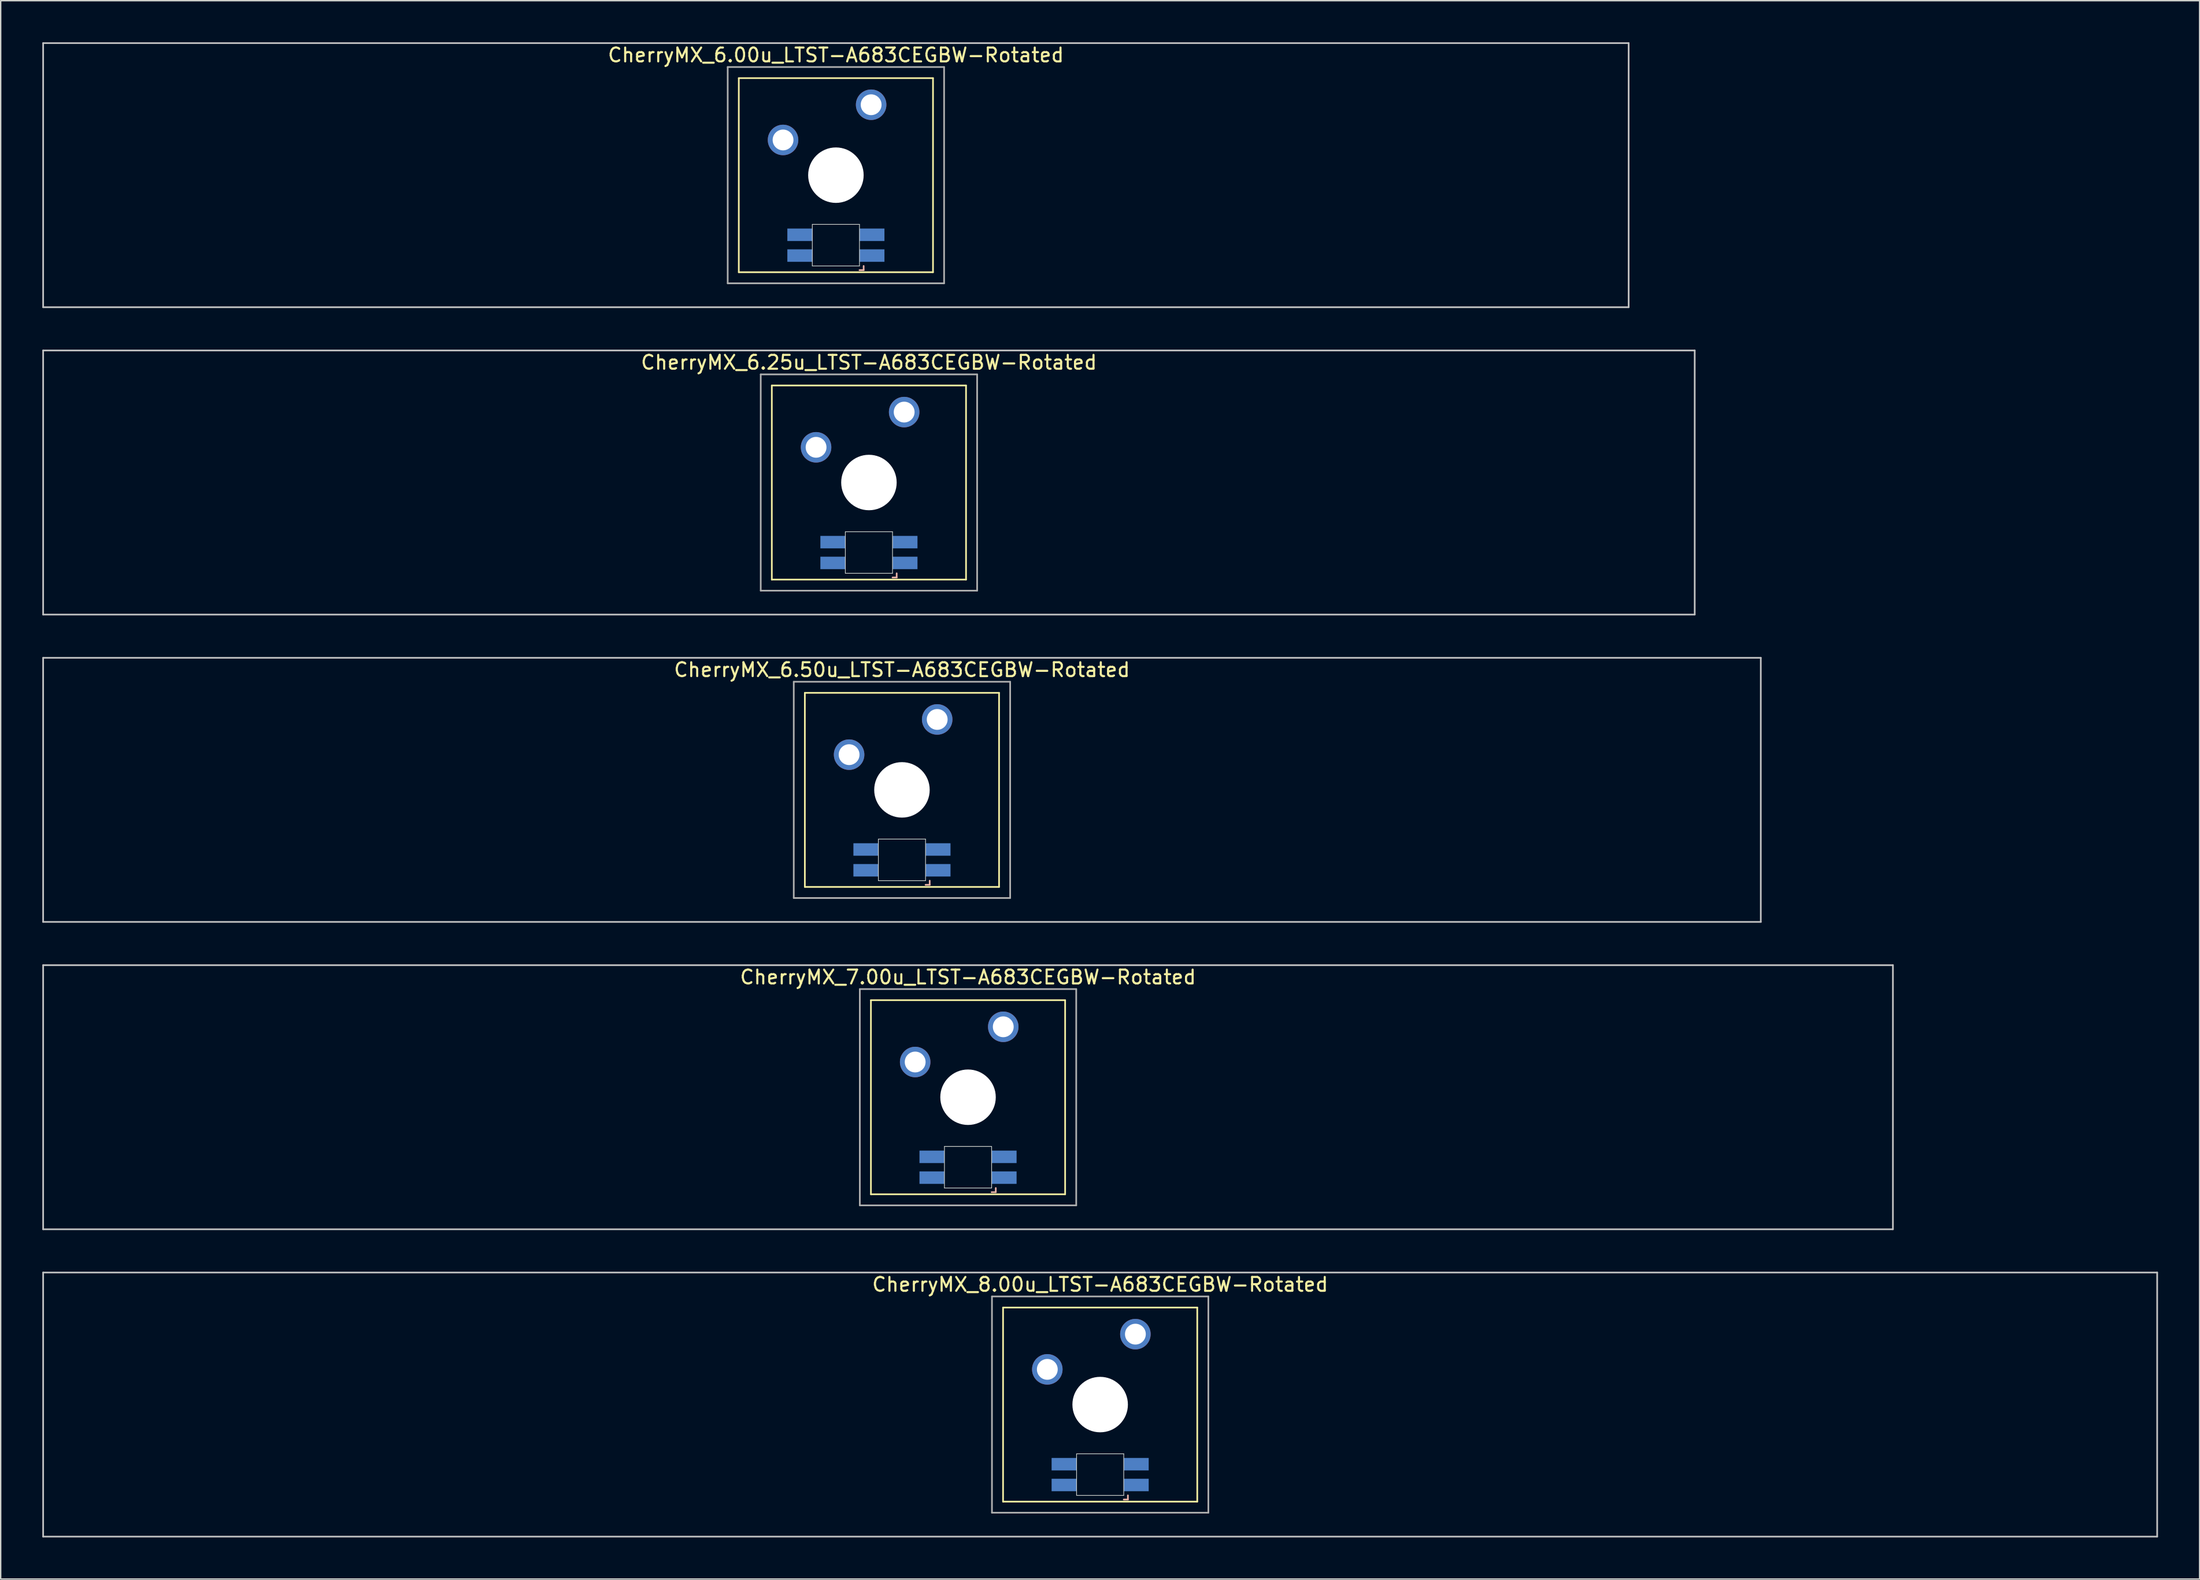
<source format=kicad_pcb>
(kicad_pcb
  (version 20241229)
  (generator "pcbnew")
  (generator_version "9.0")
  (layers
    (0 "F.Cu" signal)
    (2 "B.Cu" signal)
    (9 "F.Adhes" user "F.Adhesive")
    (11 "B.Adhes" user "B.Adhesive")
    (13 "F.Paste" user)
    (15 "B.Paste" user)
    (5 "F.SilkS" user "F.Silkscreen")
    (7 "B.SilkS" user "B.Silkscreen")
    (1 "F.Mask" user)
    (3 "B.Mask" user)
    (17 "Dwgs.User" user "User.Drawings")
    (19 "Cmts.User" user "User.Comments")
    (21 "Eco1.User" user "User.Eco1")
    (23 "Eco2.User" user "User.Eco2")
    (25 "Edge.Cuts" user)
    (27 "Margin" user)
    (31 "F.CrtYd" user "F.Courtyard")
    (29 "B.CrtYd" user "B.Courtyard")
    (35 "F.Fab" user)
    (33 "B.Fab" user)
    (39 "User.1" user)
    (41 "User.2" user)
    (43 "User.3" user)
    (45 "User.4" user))
  (footprint "CherryMX_7.00u_LTST-A683CEGBW-Rotated"
    (layer "F.Cu")
    (at 66.735 76.095)
    (property "Reference" "CherryMX_7.00u_LTST-A683CEGBW-Rotated" (at 0 -8.662 0) (layer "F.SilkS") (effects (font (size 1 1) (thickness 0.15))))
    (attr through_hole)
    (fp_line (start -7 -7) (end -7 7) (stroke (width 0.12) (type solid)) (layer "F.SilkS"))
    (fp_line (start -7 -7) (end 7 -7) (stroke (width 0.12) (type solid)) (layer "F.SilkS"))
    (fp_line (start 7 -7) (end 7 7) (stroke (width 0.12) (type solid)) (layer "F.SilkS"))
    (fp_line (start 7 7) (end -7 7) (stroke (width 0.12) (type solid)) (layer "F.SilkS"))
    (fp_line (start 1.7 6.85) (end 2 6.85) (stroke (width 0.12) (type solid)) (layer "B.SilkS"))
    (fp_line (start 2 6.85) (end 2 6.55) (stroke (width 0.12) (type solid)) (layer "B.SilkS"))
    (fp_line (start -66.675 -9.525) (end 66.675 -9.525) (stroke (width 0.12) (type solid)) (layer "Dwgs.User"))
    (fp_line (start -66.675 9.525) (end -66.675 -9.525) (stroke (width 0.12) (type solid)) (layer "Dwgs.User"))
    (fp_line (start 66.675 -9.525) (end 66.675 9.525) (stroke (width 0.12) (type solid)) (layer "Dwgs.User"))
    (fp_line (start 66.675 9.525) (end -66.675 9.525) (stroke (width 0.12) (type solid)) (layer "Dwgs.User"))
    (fp_line (start -1.7 3.55) (end 1.7 3.55) (stroke (width 0.05) (type solid)) (layer "Edge.Cuts"))
    (fp_line (start -1.7 6.55) (end -1.7 3.55) (stroke (width 0.05) (type solid)) (layer "Edge.Cuts"))
    (fp_line (start 1.7 3.55) (end 1.7 6.55) (stroke (width 0.05) (type solid)) (layer "Edge.Cuts"))
    (fp_line (start 1.7 6.55) (end -1.7 6.55) (stroke (width 0.05) (type solid)) (layer "Edge.Cuts"))
    (fp_line (start -7.8 -7.8) (end -7.8 7.8) (stroke (width 0.12) (type solid)) (layer "F.Fab"))
    (fp_line (start -7.8 -7.8) (end 7.8 -7.8) (stroke (width 0.12) (type solid)) (layer "F.Fab"))
    (fp_line (start -7.8 7.8) (end 7.8 7.8) (stroke (width 0.12) (type solid)) (layer "F.Fab"))
    (fp_line (start 7.8 -7.8) (end 7.8 7.8) (stroke (width 0.12) (type solid)) (layer "F.Fab"))
    (pad "" np_thru_hole circle (at 0 0) (size 4 4) (drill 4) (layers "*.Cu" "*.Mask"))
    (pad "1" thru_hole circle (at -3.81 -2.54) (size 2.2 2.2) (drill 1.5) (layers "*.Cu" "*.Mask"))
    (pad "2" thru_hole circle (at 2.54 -5.08) (size 2.2 2.2) (drill 1.5) (layers "*.Cu" "*.Mask"))
    (pad "3" smd rect (at 2.6 5.8) (size 1.8 0.9) (layers "B.Cu" "B.Mask" "B.Paste"))
    (pad "4" smd rect (at 2.6 4.3) (size 1.8 0.9) (layers "B.Cu" "B.Mask" "B.Paste"))
    (pad "5" smd rect (at -2.6 5.8) (size 1.8 0.9) (layers "B.Cu" "B.Mask" "B.Paste"))
    (pad "6" smd rect (at -2.6 4.3) (size 1.8 0.9) (layers "B.Cu" "B.Mask" "B.Paste")))
  (footprint "CherryMX_6.00u_LTST-A683CEGBW-Rotated"
    (layer "F.Cu")
    (at 57.21 9.585)
    (property "Reference" "CherryMX_6.00u_LTST-A683CEGBW-Rotated" (at 0 -8.662 0) (layer "F.SilkS") (effects (font (size 1 1) (thickness 0.15))))
    (attr through_hole)
    (fp_line (start -7 -7) (end -7 7) (stroke (width 0.12) (type solid)) (layer "F.SilkS"))
    (fp_line (start -7 -7) (end 7 -7) (stroke (width 0.12) (type solid)) (layer "F.SilkS"))
    (fp_line (start 7 -7) (end 7 7) (stroke (width 0.12) (type solid)) (layer "F.SilkS"))
    (fp_line (start 7 7) (end -7 7) (stroke (width 0.12) (type solid)) (layer "F.SilkS"))
    (fp_line (start 1.7 6.85) (end 2 6.85) (stroke (width 0.12) (type solid)) (layer "B.SilkS"))
    (fp_line (start 2 6.85) (end 2 6.55) (stroke (width 0.12) (type solid)) (layer "B.SilkS"))
    (fp_line (start -57.15 -9.525) (end 57.15 -9.525) (stroke (width 0.12) (type solid)) (layer "Dwgs.User"))
    (fp_line (start -57.15 9.525) (end -57.15 -9.525) (stroke (width 0.12) (type solid)) (layer "Dwgs.User"))
    (fp_line (start 57.15 -9.525) (end 57.15 9.525) (stroke (width 0.12) (type solid)) (layer "Dwgs.User"))
    (fp_line (start 57.15 9.525) (end -57.15 9.525) (stroke (width 0.12) (type solid)) (layer "Dwgs.User"))
    (fp_line (start -1.7 3.55) (end 1.7 3.55) (stroke (width 0.05) (type solid)) (layer "Edge.Cuts"))
    (fp_line (start -1.7 6.55) (end -1.7 3.55) (stroke (width 0.05) (type solid)) (layer "Edge.Cuts"))
    (fp_line (start 1.7 3.55) (end 1.7 6.55) (stroke (width 0.05) (type solid)) (layer "Edge.Cuts"))
    (fp_line (start 1.7 6.55) (end -1.7 6.55) (stroke (width 0.05) (type solid)) (layer "Edge.Cuts"))
    (fp_line (start -7.8 -7.8) (end -7.8 7.8) (stroke (width 0.12) (type solid)) (layer "F.Fab"))
    (fp_line (start -7.8 -7.8) (end 7.8 -7.8) (stroke (width 0.12) (type solid)) (layer "F.Fab"))
    (fp_line (start -7.8 7.8) (end 7.8 7.8) (stroke (width 0.12) (type solid)) (layer "F.Fab"))
    (fp_line (start 7.8 -7.8) (end 7.8 7.8) (stroke (width 0.12) (type solid)) (layer "F.Fab"))
    (pad "" np_thru_hole circle (at 0 0) (size 4 4) (drill 4) (layers "*.Cu" "*.Mask"))
    (pad "1" thru_hole circle (at -3.81 -2.54) (size 2.2 2.2) (drill 1.5) (layers "*.Cu" "*.Mask"))
    (pad "2" thru_hole circle (at 2.54 -5.08) (size 2.2 2.2) (drill 1.5) (layers "*.Cu" "*.Mask"))
    (pad "3" smd rect (at 2.6 5.8) (size 1.8 0.9) (layers "B.Cu" "B.Mask" "B.Paste"))
    (pad "4" smd rect (at 2.6 4.3) (size 1.8 0.9) (layers "B.Cu" "B.Mask" "B.Paste"))
    (pad "5" smd rect (at -2.6 5.8) (size 1.8 0.9) (layers "B.Cu" "B.Mask" "B.Paste"))
    (pad "6" smd rect (at -2.6 4.3) (size 1.8 0.9) (layers "B.Cu" "B.Mask" "B.Paste")))
  (footprint "CherryMX_6.50u_LTST-A683CEGBW-Rotated"
    (layer "F.Cu")
    (at 61.972 53.925)
    (property "Reference" "CherryMX_6.50u_LTST-A683CEGBW-Rotated" (at 0 -8.662 0) (layer "F.SilkS") (effects (font (size 1 1) (thickness 0.15))))
    (attr through_hole)
    (fp_line (start -7 -7) (end -7 7) (stroke (width 0.12) (type solid)) (layer "F.SilkS"))
    (fp_line (start -7 -7) (end 7 -7) (stroke (width 0.12) (type solid)) (layer "F.SilkS"))
    (fp_line (start 7 -7) (end 7 7) (stroke (width 0.12) (type solid)) (layer "F.SilkS"))
    (fp_line (start 7 7) (end -7 7) (stroke (width 0.12) (type solid)) (layer "F.SilkS"))
    (fp_line (start 1.7 6.85) (end 2 6.85) (stroke (width 0.12) (type solid)) (layer "B.SilkS"))
    (fp_line (start 2 6.85) (end 2 6.55) (stroke (width 0.12) (type solid)) (layer "B.SilkS"))
    (fp_line (start -61.913 -9.525) (end 61.913 -9.525) (stroke (width 0.12) (type solid)) (layer "Dwgs.User"))
    (fp_line (start -61.913 9.525) (end -61.913 -9.525) (stroke (width 0.12) (type solid)) (layer "Dwgs.User"))
    (fp_line (start 61.913 -9.525) (end 61.913 9.525) (stroke (width 0.12) (type solid)) (layer "Dwgs.User"))
    (fp_line (start 61.913 9.525) (end -61.913 9.525) (stroke (width 0.12) (type solid)) (layer "Dwgs.User"))
    (fp_line (start -1.7 3.55) (end 1.7 3.55) (stroke (width 0.05) (type solid)) (layer "Edge.Cuts"))
    (fp_line (start -1.7 6.55) (end -1.7 3.55) (stroke (width 0.05) (type solid)) (layer "Edge.Cuts"))
    (fp_line (start 1.7 3.55) (end 1.7 6.55) (stroke (width 0.05) (type solid)) (layer "Edge.Cuts"))
    (fp_line (start 1.7 6.55) (end -1.7 6.55) (stroke (width 0.05) (type solid)) (layer "Edge.Cuts"))
    (fp_line (start -7.8 -7.8) (end -7.8 7.8) (stroke (width 0.12) (type solid)) (layer "F.Fab"))
    (fp_line (start -7.8 -7.8) (end 7.8 -7.8) (stroke (width 0.12) (type solid)) (layer "F.Fab"))
    (fp_line (start -7.8 7.8) (end 7.8 7.8) (stroke (width 0.12) (type solid)) (layer "F.Fab"))
    (fp_line (start 7.8 -7.8) (end 7.8 7.8) (stroke (width 0.12) (type solid)) (layer "F.Fab"))
    (pad "" np_thru_hole circle (at 0 0) (size 4 4) (drill 4) (layers "*.Cu" "*.Mask"))
    (pad "1" thru_hole circle (at -3.81 -2.54) (size 2.2 2.2) (drill 1.5) (layers "*.Cu" "*.Mask"))
    (pad "2" thru_hole circle (at 2.54 -5.08) (size 2.2 2.2) (drill 1.5) (layers "*.Cu" "*.Mask"))
    (pad "3" smd rect (at 2.6 5.8) (size 1.8 0.9) (layers "B.Cu" "B.Mask" "B.Paste"))
    (pad "4" smd rect (at 2.6 4.3) (size 1.8 0.9) (layers "B.Cu" "B.Mask" "B.Paste"))
    (pad "5" smd rect (at -2.6 5.8) (size 1.8 0.9) (layers "B.Cu" "B.Mask" "B.Paste"))
    (pad "6" smd rect (at -2.6 4.3) (size 1.8 0.9) (layers "B.Cu" "B.Mask" "B.Paste")))
  (footprint "CherryMX_8.00u_LTST-A683CEGBW-Rotated"
    (layer "F.Cu")
    (at 76.26 98.265)
    (property "Reference" "CherryMX_8.00u_LTST-A683CEGBW-Rotated" (at 0 -8.662 0) (layer "F.SilkS") (effects (font (size 1 1) (thickness 0.15))))
    (attr through_hole)
    (fp_line (start -7 -7) (end -7 7) (stroke (width 0.12) (type solid)) (layer "F.SilkS"))
    (fp_line (start -7 -7) (end 7 -7) (stroke (width 0.12) (type solid)) (layer "F.SilkS"))
    (fp_line (start 7 -7) (end 7 7) (stroke (width 0.12) (type solid)) (layer "F.SilkS"))
    (fp_line (start 7 7) (end -7 7) (stroke (width 0.12) (type solid)) (layer "F.SilkS"))
    (fp_line (start 1.7 6.85) (end 2 6.85) (stroke (width 0.12) (type solid)) (layer "B.SilkS"))
    (fp_line (start 2 6.85) (end 2 6.55) (stroke (width 0.12) (type solid)) (layer "B.SilkS"))
    (fp_line (start -76.2 -9.525) (end 76.2 -9.525) (stroke (width 0.12) (type solid)) (layer "Dwgs.User"))
    (fp_line (start -76.2 9.525) (end -76.2 -9.525) (stroke (width 0.12) (type solid)) (layer "Dwgs.User"))
    (fp_line (start 76.2 -9.525) (end 76.2 9.525) (stroke (width 0.12) (type solid)) (layer "Dwgs.User"))
    (fp_line (start 76.2 9.525) (end -76.2 9.525) (stroke (width 0.12) (type solid)) (layer "Dwgs.User"))
    (fp_line (start -1.7 3.55) (end 1.7 3.55) (stroke (width 0.05) (type solid)) (layer "Edge.Cuts"))
    (fp_line (start -1.7 6.55) (end -1.7 3.55) (stroke (width 0.05) (type solid)) (layer "Edge.Cuts"))
    (fp_line (start 1.7 3.55) (end 1.7 6.55) (stroke (width 0.05) (type solid)) (layer "Edge.Cuts"))
    (fp_line (start 1.7 6.55) (end -1.7 6.55) (stroke (width 0.05) (type solid)) (layer "Edge.Cuts"))
    (fp_line (start -7.8 -7.8) (end -7.8 7.8) (stroke (width 0.12) (type solid)) (layer "F.Fab"))
    (fp_line (start -7.8 -7.8) (end 7.8 -7.8) (stroke (width 0.12) (type solid)) (layer "F.Fab"))
    (fp_line (start -7.8 7.8) (end 7.8 7.8) (stroke (width 0.12) (type solid)) (layer "F.Fab"))
    (fp_line (start 7.8 -7.8) (end 7.8 7.8) (stroke (width 0.12) (type solid)) (layer "F.Fab"))
    (pad "" np_thru_hole circle (at 0 0) (size 4 4) (drill 4) (layers "*.Cu" "*.Mask"))
    (pad "1" thru_hole circle (at -3.81 -2.54) (size 2.2 2.2) (drill 1.5) (layers "*.Cu" "*.Mask"))
    (pad "2" thru_hole circle (at 2.54 -5.08) (size 2.2 2.2) (drill 1.5) (layers "*.Cu" "*.Mask"))
    (pad "3" smd rect (at 2.6 5.8) (size 1.8 0.9) (layers "B.Cu" "B.Mask" "B.Paste"))
    (pad "4" smd rect (at 2.6 4.3) (size 1.8 0.9) (layers "B.Cu" "B.Mask" "B.Paste"))
    (pad "5" smd rect (at -2.6 5.8) (size 1.8 0.9) (layers "B.Cu" "B.Mask" "B.Paste"))
    (pad "6" smd rect (at -2.6 4.3) (size 1.8 0.9) (layers "B.Cu" "B.Mask" "B.Paste")))
  (footprint "CherryMX_6.25u_LTST-A683CEGBW-Rotated"
    (layer "F.Cu")
    (at 59.591 31.755)
    (property "Reference" "CherryMX_6.25u_LTST-A683CEGBW-Rotated" (at 0 -8.662 0) (layer "F.SilkS") (effects (font (size 1 1) (thickness 0.15))))
    (attr through_hole)
    (fp_line (start -7 -7) (end -7 7) (stroke (width 0.12) (type solid)) (layer "F.SilkS"))
    (fp_line (start -7 -7) (end 7 -7) (stroke (width 0.12) (type solid)) (layer "F.SilkS"))
    (fp_line (start 7 -7) (end 7 7) (stroke (width 0.12) (type solid)) (layer "F.SilkS"))
    (fp_line (start 7 7) (end -7 7) (stroke (width 0.12) (type solid)) (layer "F.SilkS"))
    (fp_line (start 1.7 6.85) (end 2 6.85) (stroke (width 0.12) (type solid)) (layer "B.SilkS"))
    (fp_line (start 2 6.85) (end 2 6.55) (stroke (width 0.12) (type solid)) (layer "B.SilkS"))
    (fp_line (start -59.531 -9.525) (end 59.531 -9.525) (stroke (width 0.12) (type solid)) (layer "Dwgs.User"))
    (fp_line (start -59.531 9.525) (end -59.531 -9.525) (stroke (width 0.12) (type solid)) (layer "Dwgs.User"))
    (fp_line (start 59.531 -9.525) (end 59.531 9.525) (stroke (width 0.12) (type solid)) (layer "Dwgs.User"))
    (fp_line (start 59.531 9.525) (end -59.531 9.525) (stroke (width 0.12) (type solid)) (layer "Dwgs.User"))
    (fp_line (start -1.7 3.55) (end 1.7 3.55) (stroke (width 0.05) (type solid)) (layer "Edge.Cuts"))
    (fp_line (start -1.7 6.55) (end -1.7 3.55) (stroke (width 0.05) (type solid)) (layer "Edge.Cuts"))
    (fp_line (start 1.7 3.55) (end 1.7 6.55) (stroke (width 0.05) (type solid)) (layer "Edge.Cuts"))
    (fp_line (start 1.7 6.55) (end -1.7 6.55) (stroke (width 0.05) (type solid)) (layer "Edge.Cuts"))
    (fp_line (start -7.8 -7.8) (end -7.8 7.8) (stroke (width 0.12) (type solid)) (layer "F.Fab"))
    (fp_line (start -7.8 -7.8) (end 7.8 -7.8) (stroke (width 0.12) (type solid)) (layer "F.Fab"))
    (fp_line (start -7.8 7.8) (end 7.8 7.8) (stroke (width 0.12) (type solid)) (layer "F.Fab"))
    (fp_line (start 7.8 -7.8) (end 7.8 7.8) (stroke (width 0.12) (type solid)) (layer "F.Fab"))
    (pad "" np_thru_hole circle (at 0 0) (size 4 4) (drill 4) (layers "*.Cu" "*.Mask"))
    (pad "1" thru_hole circle (at -3.81 -2.54) (size 2.2 2.2) (drill 1.5) (layers "*.Cu" "*.Mask"))
    (pad "2" thru_hole circle (at 2.54 -5.08) (size 2.2 2.2) (drill 1.5) (layers "*.Cu" "*.Mask"))
    (pad "3" smd rect (at 2.6 5.8) (size 1.8 0.9) (layers "B.Cu" "B.Mask" "B.Paste"))
    (pad "4" smd rect (at 2.6 4.3) (size 1.8 0.9) (layers "B.Cu" "B.Mask" "B.Paste"))
    (pad "5" smd rect (at -2.6 5.8) (size 1.8 0.9) (layers "B.Cu" "B.Mask" "B.Paste"))
    (pad "6" smd rect (at -2.6 4.3) (size 1.8 0.9) (layers "B.Cu" "B.Mask" "B.Paste")))
  (gr_rect
    (start -3 -3)
    (end 155.52 110.85)
    (stroke (width 0.1) (type default))
    (fill no)
    (layer "Edge.Cuts")))
</source>
